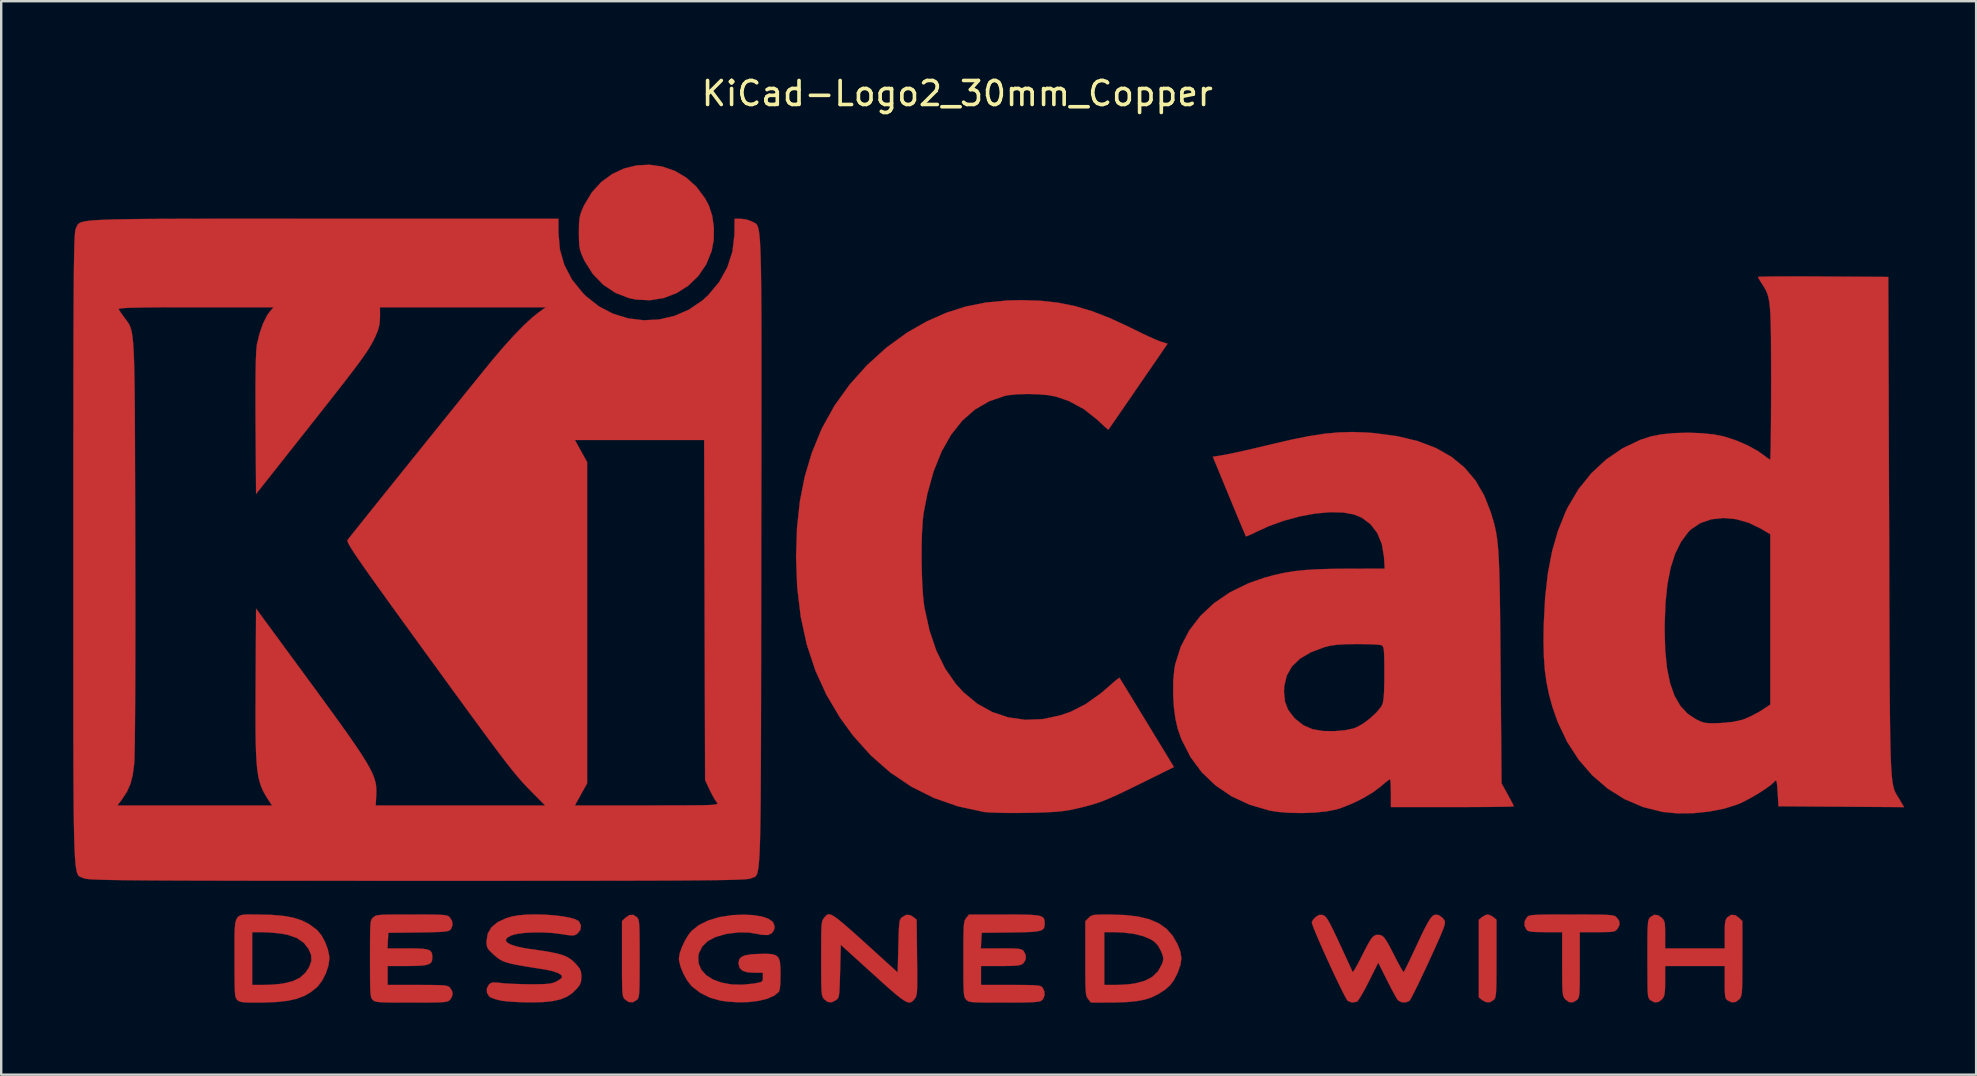
<source format=kicad_pcb>
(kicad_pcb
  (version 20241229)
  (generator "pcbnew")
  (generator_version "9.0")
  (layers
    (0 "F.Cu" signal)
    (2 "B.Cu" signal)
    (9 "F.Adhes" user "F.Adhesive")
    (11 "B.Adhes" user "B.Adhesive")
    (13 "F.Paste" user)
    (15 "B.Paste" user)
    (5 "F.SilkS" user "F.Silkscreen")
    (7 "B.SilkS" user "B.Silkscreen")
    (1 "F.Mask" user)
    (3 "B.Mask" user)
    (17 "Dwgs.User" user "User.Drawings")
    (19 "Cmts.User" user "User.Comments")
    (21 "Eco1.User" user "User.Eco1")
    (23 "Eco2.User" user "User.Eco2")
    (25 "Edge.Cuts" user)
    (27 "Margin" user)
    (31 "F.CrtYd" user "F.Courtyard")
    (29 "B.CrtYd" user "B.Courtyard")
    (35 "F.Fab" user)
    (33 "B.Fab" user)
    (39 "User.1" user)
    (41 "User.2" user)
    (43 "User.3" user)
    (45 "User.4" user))
  (footprint "KiCad-Logo2_30mm_Copper"
    (layer "F.Cu")
    (at 38.106 18.628)
    (property "Reference" "KiCad-Logo2_30mm_Copper" (at -1.27 -17.78 0) (layer "F.SilkS") (effects (font (size 1 1) (thickness 0.15))))
    (attr exclude_from_pos_files exclude_from_bom allow_missing_courtyard)
    (fp_poly (pts (xy 20.943 16.459) (xy 21.062 16.533) (xy 21.195 16.641) (xy 21.195 18.249) (xy 21.194 18.719) (xy 21.193 19.09) (xy 21.189 19.374) (xy 21.182 19.584) (xy 21.171 19.734) (xy 21.155 19.836) (xy 21.134 19.905) (xy 21.107 19.952) (xy 21.087 19.975) (xy 20.93 20.078) (xy 20.751 20.074) (xy 20.594 19.986) (xy 20.461 19.878) (xy 20.461 16.641) (xy 20.594 16.533) (xy 20.723 16.455) (xy 20.828 16.425) (xy 20.943 16.459)) (stroke (width 0.01) (type solid)) (fill yes) (layer "F.Cu"))
    (fp_poly (pts (xy -14.619 16.538) (xy -14.586 16.576) (xy -14.56 16.625) (xy -14.541 16.698) (xy -14.527 16.808) (xy -14.517 16.968) (xy -14.511 17.192) (xy -14.508 17.492) (xy -14.506 17.881) (xy -14.506 18.26) (xy -14.507 18.729) (xy -14.508 19.098) (xy -14.512 19.381) (xy -14.519 19.59) (xy -14.529 19.739) (xy -14.544 19.84) (xy -14.565 19.907) (xy -14.593 19.952) (xy -14.619 19.981) (xy -14.784 20.08) (xy -14.96 20.071) (xy -15.117 19.964) (xy -15.153 19.922) (xy -15.182 19.873) (xy -15.203 19.804) (xy -15.218 19.702) (xy -15.229 19.553) (xy -15.235 19.343) (xy -15.239 19.059) (xy -15.24 18.688) (xy -15.24 18.268) (xy -15.24 16.702) (xy -15.101 16.564) (xy -14.931 16.447) (xy -14.765 16.443) (xy -14.619 16.538)) (stroke (width 0.01) (type solid)) (fill yes) (layer "F.Cu"))
    (fp_poly (pts (xy -13.557 -14.738) (xy -13.044 -14.56) (xy -12.567 -14.28) (xy -12.141 -13.898) (xy -11.781 -13.415) (xy -11.619 -13.11) (xy -11.48 -12.683) (xy -11.412 -12.191) (xy -11.419 -11.684) (xy -11.503 -11.226) (xy -11.73 -10.665) (xy -12.061 -10.179) (xy -12.477 -9.777) (xy -12.961 -9.468) (xy -13.499 -9.262) (xy -14.071 -9.168) (xy -14.662 -9.197) (xy -14.953 -9.259) (xy -15.521 -9.48) (xy -16.025 -9.817) (xy -16.454 -10.26) (xy -16.795 -10.798) (xy -16.823 -10.856) (xy -16.923 -11.077) (xy -16.986 -11.263) (xy -17.02 -11.459) (xy -17.033 -11.71) (xy -17.036 -11.983) (xy -17.032 -12.311) (xy -17.015 -12.549) (xy -16.976 -12.741) (xy -16.906 -12.933) (xy -16.82 -13.122) (xy -16.498 -13.66) (xy -16.103 -14.095) (xy -15.648 -14.428) (xy -15.151 -14.659) (xy -14.626 -14.787) (xy -14.09 -14.814) (xy -13.557 -14.738)) (stroke (width 0.01) (type solid)) (fill yes) (layer "F.Cu"))
    (fp_poly (pts (xy 24.815 16.426) (xy 25.209 16.428) (xy 25.514 16.432) (xy 25.744 16.438) (xy 25.911 16.448) (xy 26.026 16.463) (xy 26.103 16.481) (xy 26.154 16.506) (xy 26.179 16.524) (xy 26.307 16.687) (xy 26.323 16.856) (xy 26.244 17.009) (xy 26.192 17.07) (xy 26.136 17.112) (xy 26.055 17.138) (xy 25.928 17.152) (xy 25.734 17.158) (xy 25.451 17.159) (xy 25.396 17.159) (xy 24.666 17.159) (xy 24.666 18.514) (xy 24.666 18.941) (xy 24.664 19.269) (xy 24.659 19.514) (xy 24.65 19.689) (xy 24.636 19.809) (xy 24.616 19.888) (xy 24.588 19.941) (xy 24.553 19.981) (xy 24.389 20.081) (xy 24.217 20.073) (xy 24.061 19.96) (xy 24.049 19.945) (xy 24.012 19.892) (xy 23.984 19.83) (xy 23.963 19.744) (xy 23.949 19.619) (xy 23.94 19.439) (xy 23.935 19.19) (xy 23.933 18.857) (xy 23.932 18.478) (xy 23.932 17.159) (xy 23.236 17.159) (xy 22.937 17.157) (xy 22.73 17.149) (xy 22.594 17.133) (xy 22.508 17.105) (xy 22.452 17.063) (xy 22.445 17.056) (xy 22.364 16.89) (xy 22.371 16.702) (xy 22.465 16.538) (xy 22.501 16.506) (xy 22.548 16.481) (xy 22.618 16.462) (xy 22.723 16.448) (xy 22.877 16.438) (xy 23.091 16.431) (xy 23.378 16.427) (xy 23.751 16.426) (xy 24.221 16.425) (xy 24.321 16.425) (xy 24.815 16.426)) (stroke (width 0.01) (type solid)) (fill yes) (layer "F.Cu"))
    (fp_poly (pts (xy 31.144 16.453) (xy 31.301 16.564) (xy 31.44 16.702) (xy 31.44 18.25) (xy 31.439 18.709) (xy 31.437 19.069) (xy 31.433 19.344) (xy 31.426 19.547) (xy 31.415 19.692) (xy 31.398 19.792) (xy 31.376 19.862) (xy 31.346 19.914) (xy 31.323 19.945) (xy 31.169 20.068) (xy 30.992 20.082) (xy 30.831 20.006) (xy 30.778 19.962) (xy 30.742 19.903) (xy 30.721 19.808) (xy 30.71 19.655) (xy 30.706 19.423) (xy 30.706 19.244) (xy 30.706 18.57) (xy 28.222 18.57) (xy 28.222 19.183) (xy 28.22 19.464) (xy 28.209 19.657) (xy 28.188 19.787) (xy 28.15 19.879) (xy 28.105 19.945) (xy 27.951 20.068) (xy 27.776 20.083) (xy 27.609 19.995) (xy 27.563 19.95) (xy 27.531 19.889) (xy 27.509 19.795) (xy 27.497 19.648) (xy 27.49 19.43) (xy 27.487 19.121) (xy 27.487 19.05) (xy 27.484 18.468) (xy 27.483 17.989) (xy 27.484 17.601) (xy 27.486 17.294) (xy 27.491 17.058) (xy 27.5 16.883) (xy 27.511 16.756) (xy 27.527 16.669) (xy 27.548 16.61) (xy 27.573 16.569) (xy 27.601 16.538) (xy 27.761 16.439) (xy 27.927 16.453) (xy 28.084 16.564) (xy 28.147 16.636) (xy 28.188 16.715) (xy 28.21 16.828) (xy 28.22 17) (xy 28.222 17.259) (xy 28.222 17.269) (xy 28.222 17.836) (xy 30.706 17.836) (xy 30.706 17.244) (xy 30.708 16.971) (xy 30.718 16.786) (xy 30.74 16.667) (xy 30.777 16.587) (xy 30.819 16.538) (xy 30.978 16.439) (xy 31.144 16.453)) (stroke (width 0.01) (type solid)) (fill yes) (layer "F.Cu"))
    (fp_poly (pts (xy 5.092 16.426) (xy 5.736 16.448) (xy 6.285 16.514) (xy 6.746 16.629) (xy 7.129 16.795) (xy 7.443 17.018) (xy 7.696 17.301) (xy 7.898 17.648) (xy 7.902 17.657) (xy 8.023 17.967) (xy 8.066 18.243) (xy 8.031 18.519) (xy 7.918 18.835) (xy 7.897 18.883) (xy 7.751 19.165) (xy 7.587 19.382) (xy 7.375 19.567) (xy 7.086 19.751) (xy 7.069 19.76) (xy 6.818 19.881) (xy 6.533 19.971) (xy 6.198 20.034) (xy 5.793 20.073) (xy 5.3 20.09) (xy 5.126 20.091) (xy 4.298 20.094) (xy 4.181 19.945) (xy 4.146 19.897) (xy 4.119 19.839) (xy 4.099 19.76) (xy 4.084 19.646) (xy 4.074 19.482) (xy 4.071 19.36) (xy 4.854 19.36) (xy 5.324 19.36) (xy 5.598 19.352) (xy 5.88 19.331) (xy 6.112 19.301) (xy 6.126 19.299) (xy 6.537 19.189) (xy 6.856 19.023) (xy 7.092 18.794) (xy 7.257 18.495) (xy 7.286 18.415) (xy 7.314 18.292) (xy 7.301 18.17) (xy 7.242 18.007) (xy 7.207 17.927) (xy 7.09 17.715) (xy 6.949 17.566) (xy 6.795 17.463) (xy 6.485 17.328) (xy 6.088 17.23) (xy 5.626 17.174) (xy 5.292 17.161) (xy 4.854 17.159) (xy 4.854 19.36) (xy 4.071 19.36) (xy 4.068 19.255) (xy 4.065 18.952) (xy 4.064 18.558) (xy 4.064 18.25) (xy 4.064 16.702) (xy 4.203 16.564) (xy 4.264 16.508) (xy 4.331 16.469) (xy 4.423 16.445) (xy 4.564 16.432) (xy 4.774 16.427) (xy 5.074 16.426) (xy 5.092 16.426)) (stroke (width 0.01) (type solid)) (fill yes) (layer "F.Cu"))
    (fp_poly (pts (xy -30.607 16.425) (xy -30.409 16.427) (xy -29.831 16.441) (xy -29.347 16.483) (xy -28.94 16.556) (xy -28.594 16.666) (xy -28.292 16.817) (xy -28.019 17.013) (xy -27.921 17.098) (xy -27.759 17.297) (xy -27.613 17.567) (xy -27.5 17.867) (xy -27.438 18.154) (xy -27.432 18.26) (xy -27.472 18.554) (xy -27.579 18.875) (xy -27.735 19.179) (xy -27.919 19.422) (xy -27.949 19.451) (xy -28.203 19.657) (xy -28.481 19.817) (xy -28.798 19.937) (xy -29.172 20.02) (xy -29.619 20.07) (xy -30.153 20.092) (xy -30.398 20.094) (xy -30.709 20.093) (xy -30.928 20.086) (xy -31.075 20.073) (xy -31.17 20.049) (xy -31.235 20.013) (xy -31.27 19.981) (xy -31.303 19.943) (xy -31.329 19.895) (xy -31.349 19.822) (xy -31.363 19.712) (xy -31.372 19.551) (xy -31.378 19.328) (xy -31.382 19.028) (xy -31.383 18.638) (xy -31.383 18.26) (xy -31.384 17.755) (xy -31.384 17.352) (xy -31.379 17.159) (xy -30.649 17.159) (xy -30.649 19.36) (xy -30.184 19.36) (xy -29.903 19.352) (xy -29.61 19.331) (xy -29.365 19.302) (xy -29.358 19.301) (xy -28.962 19.205) (xy -28.655 19.056) (xy -28.422 18.844) (xy -28.273 18.615) (xy -28.182 18.36) (xy -28.189 18.121) (xy -28.295 17.865) (xy -28.502 17.599) (xy -28.79 17.403) (xy -29.164 17.272) (xy -29.414 17.225) (xy -29.697 17.193) (xy -29.998 17.169) (xy -30.253 17.159) (xy -30.268 17.159) (xy -30.649 17.159) (xy -31.379 17.159) (xy -31.376 17.039) (xy -31.355 16.805) (xy -31.314 16.639) (xy -31.248 16.529) (xy -31.15 16.464) (xy -31.014 16.432) (xy -30.835 16.423) (xy -30.607 16.425)) (stroke (width 0.01) (type solid)) (fill yes) (layer "F.Cu"))
    (fp_poly (pts (xy -6.501 16.447) (xy -6.383 16.516) (xy -6.229 16.629) (xy -6.03 16.792) (xy -5.78 17.009) (xy -5.469 17.285) (xy -5.09 17.627) (xy -4.657 18.02) (xy -3.754 18.839) (xy -3.725 17.74) (xy -3.715 17.362) (xy -3.705 17.08) (xy -3.694 16.879) (xy -3.678 16.741) (xy -3.656 16.652) (xy -3.626 16.594) (xy -3.585 16.551) (xy -3.564 16.533) (xy -3.391 16.438) (xy -3.227 16.452) (xy -3.097 16.533) (xy -2.963 16.641) (xy -2.947 18.216) (xy -2.942 18.679) (xy -2.94 19.043) (xy -2.941 19.321) (xy -2.945 19.527) (xy -2.954 19.674) (xy -2.969 19.776) (xy -2.99 19.847) (xy -3.018 19.9) (xy -3.05 19.942) (xy -3.117 20.021) (xy -3.184 20.073) (xy -3.261 20.093) (xy -3.355 20.075) (xy -3.477 20.014) (xy -3.636 19.904) (xy -3.842 19.74) (xy -4.103 19.515) (xy -4.429 19.224) (xy -4.798 18.89) (xy -6.124 17.687) (xy -6.152 18.783) (xy -6.163 19.161) (xy -6.173 19.442) (xy -6.184 19.643) (xy -6.2 19.779) (xy -6.222 19.869) (xy -6.252 19.926) (xy -6.293 19.969) (xy -6.314 19.986) (xy -6.499 20.082) (xy -6.674 20.067) (xy -6.826 19.945) (xy -6.86 19.896) (xy -6.888 19.839) (xy -6.908 19.76) (xy -6.923 19.645) (xy -6.932 19.48) (xy -6.938 19.253) (xy -6.941 18.948) (xy -6.943 18.552) (xy -6.943 18.26) (xy -6.942 17.802) (xy -6.941 17.443) (xy -6.937 17.17) (xy -6.929 16.969) (xy -6.918 16.825) (xy -6.901 16.725) (xy -6.878 16.656) (xy -6.848 16.604) (xy -6.826 16.574) (xy -6.769 16.503) (xy -6.717 16.45) (xy -6.659 16.419) (xy -6.59 16.417) (xy -6.501 16.447)) (stroke (width 0.01) (type solid)) (fill yes) (layer "F.Cu"))
    (fp_poly (pts (xy -9.75 16.453) (xy -9.408 16.51) (xy -9.145 16.6) (xy -8.974 16.717) (xy -8.927 16.785) (xy -8.879 16.941) (xy -8.911 17.082) (xy -9.012 17.216) (xy -9.169 17.279) (xy -9.396 17.273) (xy -9.572 17.24) (xy -9.962 17.175) (xy -10.361 17.169) (xy -10.808 17.221) (xy -10.931 17.243) (xy -11.346 17.361) (xy -11.671 17.535) (xy -11.902 17.763) (xy -12.036 18.042) (xy -12.063 18.187) (xy -12.045 18.48) (xy -11.929 18.739) (xy -11.724 18.96) (xy -11.442 19.136) (xy -11.094 19.264) (xy -10.689 19.338) (xy -10.239 19.352) (xy -9.755 19.303) (xy -9.727 19.298) (xy -9.534 19.262) (xy -9.427 19.228) (xy -9.381 19.176) (xy -9.37 19.09) (xy -9.37 19.044) (xy -9.37 18.852) (xy -9.712 18.852) (xy -10.014 18.832) (xy -10.221 18.766) (xy -10.341 18.649) (xy -10.384 18.475) (xy -10.385 18.452) (xy -10.359 18.303) (xy -10.272 18.197) (xy -10.11 18.127) (xy -9.859 18.086) (xy -9.616 18.071) (xy -9.262 18.062) (xy -9.006 18.075) (xy -8.831 18.124) (xy -8.722 18.222) (xy -8.664 18.382) (xy -8.64 18.619) (xy -8.636 18.93) (xy -8.643 19.278) (xy -8.664 19.514) (xy -8.7 19.64) (xy -8.707 19.65) (xy -8.901 19.808) (xy -9.186 19.932) (xy -9.544 20.022) (xy -9.957 20.073) (xy -10.406 20.083) (xy -10.873 20.05) (xy -11.148 20.01) (xy -11.579 19.888) (xy -11.979 19.688) (xy -12.315 19.429) (xy -12.366 19.378) (xy -12.532 19.16) (xy -12.681 18.891) (xy -12.797 18.608) (xy -12.861 18.351) (xy -12.869 18.253) (xy -12.836 18.047) (xy -12.748 17.791) (xy -12.621 17.522) (xy -12.474 17.276) (xy -12.344 17.112) (xy -12.039 16.867) (xy -11.645 16.673) (xy -11.176 16.532) (xy -10.646 16.451) (xy -10.16 16.431) (xy -9.75 16.453)) (stroke (width 0.01) (type solid)) (fill yes) (layer "F.Cu"))
    (fp_poly (pts (xy 1.152 16.426) (xy 1.534 16.431) (xy 1.826 16.442) (xy 2.041 16.461) (xy 2.191 16.491) (xy 2.287 16.535) (xy 2.341 16.596) (xy 2.365 16.675) (xy 2.371 16.775) (xy 2.371 16.787) (xy 2.366 16.9) (xy 2.342 16.988) (xy 2.287 17.053) (xy 2.187 17.1) (xy 2.029 17.131) (xy 1.801 17.151) (xy 1.49 17.163) (xy 1.081 17.17) (xy 0.956 17.172) (xy -0.254 17.187) (xy -0.271 17.512) (xy -0.288 17.836) (xy 0.553 17.836) (xy 0.881 17.838) (xy 1.116 17.843) (xy 1.275 17.854) (xy 1.379 17.874) (xy 1.445 17.904) (xy 1.494 17.947) (xy 1.494 17.947) (xy 1.582 18.116) (xy 1.579 18.297) (xy 1.487 18.452) (xy 1.468 18.468) (xy 1.404 18.509) (xy 1.315 18.538) (xy 1.183 18.556) (xy 0.987 18.566) (xy 0.708 18.57) (xy 0.53 18.57) (xy -0.282 18.57) (xy -0.282 19.36) (xy 0.951 19.36) (xy 1.358 19.361) (xy 1.667 19.364) (xy 1.893 19.37) (xy 2.051 19.381) (xy 2.156 19.398) (xy 2.223 19.421) (xy 2.266 19.452) (xy 2.277 19.464) (xy 2.358 19.621) (xy 2.364 19.801) (xy 2.298 19.956) (xy 2.245 20.006) (xy 2.191 20.034) (xy 2.106 20.055) (xy 1.978 20.071) (xy 1.794 20.082) (xy 1.539 20.089) (xy 1.2 20.093) (xy 0.765 20.094) (xy 0.667 20.094) (xy 0.225 20.094) (xy -0.119 20.092) (xy -0.377 20.088) (xy -0.564 20.081) (xy -0.694 20.069) (xy -0.78 20.051) (xy -0.837 20.026) (xy -0.878 19.994) (xy -0.901 19.971) (xy -0.935 19.929) (xy -0.961 19.878) (xy -0.981 19.804) (xy -0.996 19.693) (xy -1.006 19.532) (xy -1.012 19.307) (xy -1.015 19.006) (xy -1.016 18.615) (xy -1.016 18.285) (xy -1.016 17.823) (xy -1.014 17.461) (xy -1.01 17.184) (xy -1.003 16.979) (xy -0.992 16.832) (xy -0.975 16.731) (xy -0.953 16.66) (xy -0.924 16.607) (xy -0.899 16.574) (xy -0.782 16.425) (xy 0.669 16.425) (xy 1.152 16.426)) (stroke (width 0.01) (type solid)) (fill yes) (layer "F.Cu"))
    (fp_poly (pts (xy -23.564 16.426) (xy -23.217 16.428) (xy -22.955 16.432) (xy -22.764 16.44) (xy -22.631 16.452) (xy -22.541 16.47) (xy -22.48 16.494) (xy -22.435 16.526) (xy -22.419 16.54) (xy -22.32 16.696) (xy -22.302 16.874) (xy -22.367 17.033) (xy -22.398 17.065) (xy -22.446 17.096) (xy -22.525 17.12) (xy -22.647 17.138) (xy -22.828 17.151) (xy -23.083 17.16) (xy -23.425 17.168) (xy -23.738 17.172) (xy -24.977 17.187) (xy -24.994 17.512) (xy -25.011 17.836) (xy -24.17 17.836) (xy -23.805 17.84) (xy -23.538 17.853) (xy -23.353 17.882) (xy -23.236 17.932) (xy -23.172 18.008) (xy -23.146 18.117) (xy -23.142 18.219) (xy -23.155 18.343) (xy -23.201 18.435) (xy -23.297 18.498) (xy -23.456 18.539) (xy -23.692 18.561) (xy -24.02 18.569) (xy -24.199 18.57) (xy -25.005 18.57) (xy -25.005 19.36) (xy -23.763 19.36) (xy -23.356 19.361) (xy -23.047 19.364) (xy -22.82 19.369) (xy -22.66 19.38) (xy -22.553 19.396) (xy -22.482 19.419) (xy -22.433 19.45) (xy -22.408 19.473) (xy -22.323 19.608) (xy -22.296 19.727) (xy -22.335 19.873) (xy -22.408 19.981) (xy -22.448 20.015) (xy -22.498 20.042) (xy -22.574 20.061) (xy -22.689 20.076) (xy -22.856 20.085) (xy -23.088 20.09) (xy -23.401 20.093) (xy -23.807 20.094) (xy -24.017 20.094) (xy -24.468 20.094) (xy -24.82 20.092) (xy -25.086 20.088) (xy -25.28 20.08) (xy -25.415 20.068) (xy -25.506 20.051) (xy -25.566 20.028) (xy -25.609 19.997) (xy -25.626 19.981) (xy -25.659 19.943) (xy -25.685 19.894) (xy -25.704 19.821) (xy -25.718 19.711) (xy -25.728 19.55) (xy -25.734 19.326) (xy -25.737 19.024) (xy -25.738 18.634) (xy -25.739 18.27) (xy -25.738 17.804) (xy -25.737 17.437) (xy -25.734 17.157) (xy -25.728 16.951) (xy -25.718 16.804) (xy -25.703 16.705) (xy -25.681 16.639) (xy -25.653 16.594) (xy -25.617 16.556) (xy -25.608 16.548) (xy -25.565 16.511) (xy -25.514 16.482) (xy -25.443 16.461) (xy -25.337 16.445) (xy -25.182 16.435) (xy -24.964 16.429) (xy -24.669 16.426) (xy -24.284 16.425) (xy -24.01 16.425) (xy -23.564 16.426)) (stroke (width 0.01) (type solid)) (fill yes) (layer "F.Cu"))
    (fp_poly (pts (xy 18.723 16.435) (xy 18.821 16.47) (xy 18.825 16.472) (xy 18.958 16.573) (xy 19.031 16.678) (xy 19.046 16.727) (xy 19.045 16.792) (xy 19.025 16.884) (xy 18.981 17.016) (xy 18.908 17.199) (xy 18.803 17.443) (xy 18.661 17.762) (xy 18.477 18.165) (xy 18.376 18.386) (xy 18.193 18.78) (xy 18.022 19.142) (xy 17.868 19.459) (xy 17.738 19.719) (xy 17.64 19.906) (xy 17.578 20.009) (xy 17.566 20.024) (xy 17.411 20.087) (xy 17.236 20.078) (xy 17.095 20.002) (xy 17.089 19.995) (xy 17.033 19.911) (xy 16.94 19.746) (xy 16.819 19.522) (xy 16.684 19.26) (xy 16.636 19.164) (xy 16.27 18.431) (xy 15.871 19.227) (xy 15.729 19.502) (xy 15.597 19.741) (xy 15.486 19.924) (xy 15.407 20.035) (xy 15.38 20.059) (xy 15.171 20.091) (xy 14.999 20.024) (xy 14.949 19.952) (xy 14.861 19.793) (xy 14.744 19.563) (xy 14.604 19.276) (xy 14.448 18.949) (xy 14.284 18.598) (xy 14.119 18.236) (xy 13.959 17.882) (xy 13.813 17.549) (xy 13.687 17.254) (xy 13.588 17.012) (xy 13.524 16.84) (xy 13.501 16.751) (xy 13.501 16.748) (xy 13.557 16.637) (xy 13.667 16.524) (xy 13.674 16.519) (xy 13.809 16.442) (xy 13.935 16.443) (xy 13.982 16.457) (xy 14.039 16.489) (xy 14.1 16.55) (xy 14.172 16.655) (xy 14.262 16.815) (xy 14.377 17.043) (xy 14.525 17.353) (xy 14.659 17.639) (xy 14.812 17.971) (xy 14.95 18.269) (xy 15.065 18.519) (xy 15.149 18.703) (xy 15.196 18.808) (xy 15.203 18.824) (xy 15.233 18.797) (xy 15.304 18.686) (xy 15.405 18.505) (xy 15.528 18.271) (xy 15.576 18.175) (xy 15.741 17.85) (xy 15.868 17.613) (xy 15.968 17.451) (xy 16.051 17.35) (xy 16.128 17.295) (xy 16.208 17.274) (xy 16.261 17.272) (xy 16.353 17.28) (xy 16.435 17.314) (xy 16.515 17.388) (xy 16.606 17.515) (xy 16.719 17.71) (xy 16.863 17.987) (xy 16.943 18.145) (xy 17.073 18.395) (xy 17.186 18.604) (xy 17.272 18.751) (xy 17.322 18.821) (xy 17.329 18.824) (xy 17.361 18.769) (xy 17.434 18.626) (xy 17.539 18.411) (xy 17.669 18.138) (xy 17.818 17.822) (xy 17.891 17.665) (xy 18.081 17.26) (xy 18.235 16.949) (xy 18.359 16.72) (xy 18.462 16.565) (xy 18.551 16.472) (xy 18.636 16.433) (xy 18.723 16.435)) (stroke (width 0.01) (type solid)) (fill yes) (layer "F.Cu"))
    (fp_poly (pts (xy -18.459 16.432) (xy -18.084 16.458) (xy -17.737 16.499) (xy -17.435 16.553) (xy -17.2 16.618) (xy -17.052 16.694) (xy -17.029 16.716) (xy -16.95 16.889) (xy -16.974 17.067) (xy -17.097 17.219) (xy -17.103 17.223) (xy -17.175 17.27) (xy -17.25 17.294) (xy -17.355 17.297) (xy -17.516 17.279) (xy -17.76 17.241) (xy -17.78 17.238) (xy -18.144 17.193) (xy -18.536 17.171) (xy -18.93 17.171) (xy -19.297 17.191) (xy -19.61 17.232) (xy -19.842 17.293) (xy -19.857 17.299) (xy -20.025 17.393) (xy -20.084 17.488) (xy -20.038 17.582) (xy -19.89 17.672) (xy -19.645 17.754) (xy -19.305 17.827) (xy -19.078 17.862) (xy -18.607 17.929) (xy -18.233 17.991) (xy -17.939 18.052) (xy -17.709 18.118) (xy -17.528 18.195) (xy -17.379 18.286) (xy -17.247 18.399) (xy -17.141 18.51) (xy -17.015 18.664) (xy -16.953 18.797) (xy -16.934 18.96) (xy -16.933 19.02) (xy -16.948 19.219) (xy -17.006 19.366) (xy -17.107 19.497) (xy -17.311 19.698) (xy -17.539 19.851) (xy -17.808 19.961) (xy -18.133 20.034) (xy -18.534 20.074) (xy -19.025 20.086) (xy -19.106 20.086) (xy -19.434 20.079) (xy -19.759 20.064) (xy -20.046 20.042) (xy -20.26 20.016) (xy -20.277 20.013) (xy -20.489 19.962) (xy -20.669 19.899) (xy -20.771 19.841) (xy -20.866 19.688) (xy -20.872 19.51) (xy -20.79 19.351) (xy -20.772 19.333) (xy -20.697 19.279) (xy -20.602 19.256) (xy -20.456 19.26) (xy -20.278 19.281) (xy -20.08 19.299) (xy -19.802 19.314) (xy -19.477 19.325) (xy -19.139 19.331) (xy -19.05 19.331) (xy -18.711 19.33) (xy -18.462 19.323) (xy -18.283 19.309) (xy -18.151 19.285) (xy -18.045 19.249) (xy -17.981 19.219) (xy -17.84 19.136) (xy -17.75 19.061) (xy -17.737 19.039) (xy -17.765 18.951) (xy -17.896 18.866) (xy -18.122 18.787) (xy -18.434 18.719) (xy -18.526 18.704) (xy -19.005 18.629) (xy -19.388 18.566) (xy -19.689 18.511) (xy -19.922 18.459) (xy -20.103 18.405) (xy -20.246 18.346) (xy -20.366 18.276) (xy -20.478 18.191) (xy -20.597 18.087) (xy -20.637 18.05) (xy -20.777 17.913) (xy -20.851 17.805) (xy -20.88 17.681) (xy -20.884 17.525) (xy -20.833 17.219) (xy -20.679 16.958) (xy -20.423 16.745) (xy -20.066 16.579) (xy -19.812 16.505) (xy -19.535 16.457) (xy -19.204 16.43) (xy -18.839 16.422) (xy -18.459 16.432)) (stroke (width 0.01) (type solid)) (fill yes) (layer "F.Cu"))
    (fp_poly (pts (xy 2.188 -9.148) (xy 2.924 -9.067) (xy 3.638 -8.923) (xy 4.357 -8.708) (xy 5.111 -8.414) (xy 5.93 -8.033) (xy 6.078 -7.959) (xy 6.416 -7.793) (xy 6.735 -7.643) (xy 7.003 -7.524) (xy 7.189 -7.45) (xy 7.218 -7.44) (xy 7.492 -7.358) (xy 6.265 -5.574) (xy 5.966 -5.138) (xy 5.691 -4.739) (xy 5.452 -4.392) (xy 5.257 -4.11) (xy 5.116 -3.905) (xy 5.038 -3.793) (xy 5.026 -3.775) (xy 4.974 -3.812) (xy 4.847 -3.924) (xy 4.668 -4.091) (xy 4.569 -4.185) (xy 4.007 -4.631) (xy 3.377 -4.97) (xy 2.834 -5.156) (xy 2.508 -5.215) (xy 2.099 -5.25) (xy 1.657 -5.262) (xy 1.228 -5.25) (xy 0.861 -5.213) (xy 0.715 -5.185) (xy 0.055 -4.958) (xy -0.539 -4.612) (xy -1.068 -4.146) (xy -1.53 -3.563) (xy -1.927 -2.861) (xy -2.256 -2.043) (xy -2.517 -1.108) (xy -2.673 -0.307) (xy -2.713 0.046) (xy -2.741 0.503) (xy -2.756 1.029) (xy -2.759 1.594) (xy -2.749 2.163) (xy -2.728 2.703) (xy -2.695 3.184) (xy -2.65 3.57) (xy -2.641 3.629) (xy -2.429 4.59) (xy -2.141 5.439) (xy -1.775 6.183) (xy -1.328 6.823) (xy -1.011 7.169) (xy -0.441 7.64) (xy 0.184 7.988) (xy 0.853 8.213) (xy 1.557 8.312) (xy 2.284 8.285) (xy 3.023 8.128) (xy 3.461 7.974) (xy 4.066 7.666) (xy 4.69 7.225) (xy 5.04 6.926) (xy 5.236 6.753) (xy 5.39 6.626) (xy 5.478 6.565) (xy 5.489 6.563) (xy 5.528 6.626) (xy 5.629 6.791) (xy 5.784 7.044) (xy 5.985 7.372) (xy 6.221 7.76) (xy 6.485 8.193) (xy 6.633 8.435) (xy 7.756 10.281) (xy 6.353 10.974) (xy 5.846 11.223) (xy 5.435 11.419) (xy 5.095 11.573) (xy 4.802 11.693) (xy 4.529 11.79) (xy 4.252 11.873) (xy 3.946 11.953) (xy 3.653 12.022) (xy 3.392 12.076) (xy 3.12 12.117) (xy 2.808 12.147) (xy 2.429 12.168) (xy 1.957 12.183) (xy 1.639 12.189) (xy 1.185 12.194) (xy 0.749 12.192) (xy 0.361 12.183) (xy 0.049 12.17) (xy -0.157 12.152) (xy -0.169 12.15) (xy -1.242 11.918) (xy -2.249 11.566) (xy -3.19 11.095) (xy -4.066 10.504) (xy -4.875 9.794) (xy -5.617 8.965) (xy -6.154 8.228) (xy -6.726 7.263) (xy -7.189 6.245) (xy -7.544 5.164) (xy -7.794 4.013) (xy -7.941 2.783) (xy -7.987 1.534) (xy -7.949 0.327) (xy -7.83 -0.788) (xy -7.625 -1.828) (xy -7.33 -2.812) (xy -6.943 -3.759) (xy -6.897 -3.857) (xy -6.387 -4.774) (xy -5.761 -5.647) (xy -5.037 -6.457) (xy -4.232 -7.187) (xy -3.364 -7.818) (xy -2.555 -8.281) (xy -1.738 -8.643) (xy -0.919 -8.906) (xy -0.066 -9.076) (xy 0.851 -9.16) (xy 1.4 -9.173) (xy 2.188 -9.148)) (stroke (width 0.01) (type solid)) (fill yes) (layer "F.Cu"))
    (fp_poly (pts (xy 34.027 -10.161) (xy 34.608 -10.159) (xy 34.806 -10.157) (xy 37.52 -10.14) (xy 37.554 0.273) (xy 37.558 1.685) (xy 37.562 2.967) (xy 37.566 4.126) (xy 37.57 5.168) (xy 37.574 6.1) (xy 37.578 6.929) (xy 37.584 7.661) (xy 37.59 8.303) (xy 37.598 8.861) (xy 37.607 9.342) (xy 37.618 9.753) (xy 37.631 10.101) (xy 37.646 10.392) (xy 37.664 10.632) (xy 37.685 10.828) (xy 37.709 10.988) (xy 37.736 11.117) (xy 37.766 11.222) (xy 37.801 11.31) (xy 37.84 11.388) (xy 37.883 11.462) (xy 37.931 11.538) (xy 37.983 11.624) (xy 37.994 11.642) (xy 38.175 11.951) (xy 35.56 11.933) (xy 32.945 11.915) (xy 32.911 11.34) (xy 32.892 11.065) (xy 32.873 10.905) (xy 32.847 10.842) (xy 32.807 10.855) (xy 32.774 10.891) (xy 32.63 11.024) (xy 32.396 11.195) (xy 32.105 11.383) (xy 31.788 11.568) (xy 31.481 11.73) (xy 31.244 11.836) (xy 30.691 12.011) (xy 30.056 12.136) (xy 29.386 12.204) (xy 28.728 12.211) (xy 28.129 12.154) (xy 28.12 12.152) (xy 27.301 11.947) (xy 26.534 11.619) (xy 25.827 11.177) (xy 25.187 10.627) (xy 24.622 9.976) (xy 24.139 9.231) (xy 23.745 8.4) (xy 23.53 7.784) (xy 23.388 7.269) (xy 23.284 6.77) (xy 23.212 6.257) (xy 23.171 5.699) (xy 23.156 5.068) (xy 23.162 4.552) (xy 28.201 4.552) (xy 28.225 5.417) (xy 28.3 6.161) (xy 28.429 6.791) (xy 28.614 7.314) (xy 28.857 7.735) (xy 29.161 8.062) (xy 29.511 8.293) (xy 29.694 8.38) (xy 29.852 8.432) (xy 30.029 8.455) (xy 30.266 8.457) (xy 30.521 8.448) (xy 31.023 8.404) (xy 31.42 8.317) (xy 31.545 8.274) (xy 31.83 8.145) (xy 32.131 7.984) (xy 32.262 7.903) (xy 32.603 7.68) (xy 32.603 0.582) (xy 32.228 0.357) (xy 31.704 0.102) (xy 31.169 -0.048) (xy 30.642 -0.096) (xy 30.143 -0.041) (xy 29.691 0.115) (xy 29.307 0.372) (xy 29.182 0.495) (xy 28.883 0.898) (xy 28.641 1.386) (xy 28.454 1.968) (xy 28.319 2.651) (xy 28.236 3.444) (xy 28.202 4.355) (xy 28.201 4.552) (xy 23.162 4.552) (xy 23.165 4.337) (xy 23.223 3.213) (xy 23.338 2.199) (xy 23.515 1.281) (xy 23.757 0.443) (xy 24.065 -0.329) (xy 24.175 -0.558) (xy 24.619 -1.304) (xy 25.155 -1.967) (xy 25.771 -2.537) (xy 26.454 -3.002) (xy 27.191 -3.352) (xy 27.634 -3.496) (xy 28.068 -3.581) (xy 28.591 -3.632) (xy 29.158 -3.649) (xy 29.725 -3.63) (xy 30.25 -3.577) (xy 30.671 -3.494) (xy 31.172 -3.331) (xy 31.658 -3.122) (xy 32.083 -2.887) (xy 32.309 -2.727) (xy 32.465 -2.609) (xy 32.575 -2.537) (xy 32.599 -2.526) (xy 32.607 -2.592) (xy 32.614 -2.782) (xy 32.621 -3.081) (xy 32.627 -3.476) (xy 32.631 -3.955) (xy 32.635 -4.504) (xy 32.637 -5.108) (xy 32.638 -5.725) (xy 32.637 -6.514) (xy 32.635 -7.179) (xy 32.631 -7.733) (xy 32.622 -8.189) (xy 32.609 -8.559) (xy 32.589 -8.857) (xy 32.562 -9.094) (xy 32.526 -9.283) (xy 32.481 -9.438) (xy 32.426 -9.571) (xy 32.358 -9.695) (xy 32.277 -9.822) (xy 32.267 -9.837) (xy 32.163 -10.002) (xy 32.1 -10.115) (xy 32.091 -10.139) (xy 32.157 -10.146) (xy 32.345 -10.152) (xy 32.641 -10.157) (xy 33.029 -10.16) (xy 33.496 -10.161) (xy 34.027 -10.161)) (stroke (width 0.01) (type solid)) (fill yes) (layer "F.Cu"))
    (fp_poly (pts (xy 15.752 -3.659) (xy 16.091 -3.633) (xy 17.059 -3.505) (xy 17.916 -3.299) (xy 18.666 -3.014) (xy 19.315 -2.647) (xy 19.865 -2.195) (xy 20.321 -1.655) (xy 20.687 -1.024) (xy 20.954 -0.341) (xy 21.022 -0.124) (xy 21.081 0.08) (xy 21.132 0.281) (xy 21.176 0.49) (xy 21.213 0.719) (xy 21.244 0.977) (xy 21.27 1.277) (xy 21.291 1.628) (xy 21.308 2.042) (xy 21.322 2.531) (xy 21.334 3.104) (xy 21.343 3.774) (xy 21.352 4.55) (xy 21.36 5.444) (xy 21.366 6.145) (xy 21.406 10.959) (xy 21.662 11.422) (xy 21.783 11.645) (xy 21.873 11.819) (xy 21.916 11.911) (xy 21.918 11.917) (xy 21.852 11.924) (xy 21.665 11.931) (xy 21.37 11.937) (xy 20.985 11.942) (xy 20.522 11.945) (xy 19.997 11.948) (xy 19.425 11.949) (xy 19.357 11.949) (xy 16.797 11.949) (xy 16.797 11.369) (xy 16.792 11.106) (xy 16.781 10.906) (xy 16.764 10.798) (xy 16.757 10.788) (xy 16.689 10.83) (xy 16.549 10.939) (xy 16.368 11.093) (xy 16.364 11.097) (xy 16.033 11.343) (xy 15.615 11.59) (xy 15.158 11.814) (xy 14.708 11.991) (xy 14.509 12.051) (xy 14.115 12.128) (xy 13.631 12.177) (xy 13.102 12.197) (xy 12.572 12.188) (xy 12.085 12.15) (xy 11.744 12.095) (xy 10.909 11.849) (xy 10.157 11.5) (xy 9.493 11.05) (xy 8.922 10.505) (xy 8.449 9.868) (xy 8.079 9.145) (xy 7.92 8.706) (xy 7.82 8.279) (xy 7.753 7.767) (xy 7.723 7.216) (xy 7.724 7.136) (xy 12.342 7.136) (xy 12.38 7.545) (xy 12.507 7.885) (xy 12.743 8.201) (xy 12.834 8.293) (xy 13.155 8.543) (xy 13.527 8.703) (xy 13.973 8.781) (xy 14.442 8.786) (xy 14.887 8.749) (xy 15.228 8.675) (xy 15.376 8.62) (xy 15.642 8.469) (xy 15.925 8.256) (xy 16.183 8.018) (xy 16.375 7.789) (xy 16.426 7.705) (xy 16.466 7.588) (xy 16.494 7.401) (xy 16.513 7.126) (xy 16.522 6.747) (xy 16.524 6.385) (xy 16.522 5.964) (xy 16.517 5.659) (xy 16.506 5.452) (xy 16.487 5.321) (xy 16.458 5.247) (xy 16.417 5.21) (xy 16.404 5.204) (xy 16.294 5.186) (xy 16.077 5.171) (xy 15.781 5.161) (xy 15.438 5.157) (xy 15.363 5.157) (xy 14.903 5.164) (xy 14.549 5.186) (xy 14.266 5.225) (xy 14.034 5.283) (xy 13.456 5.501) (xy 13.002 5.77) (xy 12.67 6.093) (xy 12.455 6.475) (xy 12.352 6.92) (xy 12.342 7.136) (xy 7.724 7.136) (xy 7.729 6.675) (xy 7.776 6.189) (xy 7.812 5.993) (xy 8.042 5.265) (xy 8.392 4.595) (xy 8.855 3.99) (xy 9.424 3.456) (xy 10.094 2.999) (xy 10.857 2.626) (xy 11.505 2.399) (xy 11.939 2.28) (xy 12.353 2.188) (xy 12.776 2.119) (xy 13.233 2.071) (xy 13.752 2.04) (xy 14.36 2.023) (xy 14.91 2.019) (xy 16.539 2.014) (xy 16.508 1.524) (xy 16.419 0.993) (xy 16.231 0.536) (xy 15.95 0.166) (xy 15.586 -0.108) (xy 15.265 -0.241) (xy 14.806 -0.325) (xy 14.258 -0.337) (xy 13.65 -0.282) (xy 13.004 -0.163) (xy 12.348 0.014) (xy 11.708 0.245) (xy 11.242 0.457) (xy 11.018 0.566) (xy 10.847 0.641) (xy 10.76 0.671) (xy 10.756 0.67) (xy 10.726 0.604) (xy 10.651 0.428) (xy 10.538 0.16) (xy 10.394 -0.185) (xy 10.227 -0.588) (xy 10.057 -0.999) (xy 9.377 -2.647) (xy 9.861 -2.726) (xy 10.07 -2.766) (xy 10.385 -2.833) (xy 10.779 -2.921) (xy 11.224 -3.024) (xy 11.694 -3.135) (xy 11.881 -3.181) (xy 12.69 -3.368) (xy 13.398 -3.509) (xy 14.032 -3.606) (xy 14.618 -3.661) (xy 15.183 -3.678) (xy 15.752 -3.659)) (stroke (width 0.01) (type solid)) (fill yes) (layer "F.Cu"))
    (fp_poly (pts (xy -29.619 -12.564) (xy -28.303 -12.563) (xy -27.691 -12.563) (xy -17.889 -12.563) (xy -17.889 -11.986) (xy -17.828 -11.283) (xy -17.641 -10.634) (xy -17.329 -10.036) (xy -16.889 -9.486) (xy -16.74 -9.337) (xy -16.205 -8.915) (xy -15.614 -8.607) (xy -14.986 -8.414) (xy -14.338 -8.334) (xy -13.688 -8.368) (xy -13.053 -8.516) (xy -12.451 -8.777) (xy -11.899 -9.152) (xy -11.651 -9.377) (xy -11.189 -9.932) (xy -10.851 -10.541) (xy -10.638 -11.198) (xy -10.555 -11.897) (xy -10.554 -11.966) (xy -10.549 -12.563) (xy -10.287 -12.563) (xy -10.054 -12.532) (xy -9.841 -12.455) (xy -9.827 -12.447) (xy -9.779 -12.422) (xy -9.735 -12.403) (xy -9.694 -12.383) (xy -9.658 -12.358) (xy -9.624 -12.321) (xy -9.594 -12.267) (xy -9.567 -12.19) (xy -9.543 -12.085) (xy -9.522 -11.946) (xy -9.504 -11.767) (xy -9.488 -11.543) (xy -9.474 -11.267) (xy -9.463 -10.935) (xy -9.453 -10.541) (xy -9.446 -10.078) (xy -9.44 -9.542) (xy -9.435 -8.927) (xy -9.432 -8.226) (xy -9.431 -7.435) (xy -9.43 -6.548) (xy -9.43 -5.558) (xy -9.431 -4.461) (xy -9.432 -3.251) (xy -9.434 -1.922) (xy -9.436 -0.468) (xy -9.439 1.116) (xy -9.439 1.309) (xy -9.441 2.903) (xy -9.443 4.366) (xy -9.444 5.704) (xy -9.446 6.923) (xy -9.448 8.027) (xy -9.45 9.023) (xy -9.453 9.917) (xy -9.457 10.714) (xy -9.461 11.419) (xy -9.467 12.038) (xy -9.474 12.578) (xy -9.483 13.043) (xy -9.493 13.44) (xy -9.505 13.773) (xy -9.52 14.049) (xy -9.536 14.273) (xy -9.555 14.451) (xy -9.577 14.589) (xy -9.601 14.692) (xy -9.628 14.766) (xy -9.659 14.816) (xy -9.692 14.849) (xy -9.73 14.869) (xy -9.771 14.883) (xy -9.815 14.896) (xy -9.864 14.914) (xy -9.876 14.919) (xy -9.914 14.931) (xy -9.976 14.942) (xy -10.07 14.953) (xy -10.2 14.962) (xy -10.371 14.97) (xy -10.59 14.978) (xy -10.861 14.985) (xy -11.19 14.991) (xy -11.584 14.996) (xy -12.046 15.001) (xy -12.582 15.005) (xy -13.199 15.009) (xy -13.902 15.012) (xy -14.695 15.014) (xy -15.585 15.016) (xy -16.577 15.017) (xy -17.676 15.019) (xy -18.889 15.019) (xy -20.22 15.02) (xy -21.674 15.02) (xy -23.258 15.02) (xy -23.772 15.02) (xy -25.391 15.02) (xy -26.879 15.019) (xy -28.242 15.019) (xy -29.485 15.018) (xy -30.613 15.017) (xy -31.633 15.015) (xy -32.549 15.013) (xy -33.368 15.011) (xy -34.094 15.008) (xy -34.734 15.005) (xy -35.293 15.001) (xy -35.776 14.996) (xy -36.189 14.991) (xy -36.538 14.986) (xy -36.828 14.979) (xy -37.064 14.972) (xy -37.253 14.964) (xy -37.399 14.955) (xy -37.508 14.945) (xy -37.587 14.934) (xy -37.64 14.922) (xy -37.668 14.911) (xy -37.72 14.89) (xy -37.766 14.874) (xy -37.809 14.858) (xy -37.849 14.836) (xy -37.884 14.804) (xy -37.916 14.754) (xy -37.945 14.682) (xy -37.97 14.581) (xy -37.993 14.447) (xy -38.013 14.273) (xy -38.03 14.054) (xy -38.045 13.784) (xy -38.058 13.458) (xy -38.068 13.069) (xy -38.077 12.613) (xy -38.084 12.084) (xy -38.086 11.881) (xy -36.263 11.881) (xy -29.822 11.881) (xy -29.946 11.693) (xy -30.07 11.5) (xy -30.174 11.316) (xy -30.261 11.129) (xy -30.332 10.925) (xy -30.389 10.692) (xy -30.433 10.416) (xy -30.465 10.086) (xy -30.487 9.687) (xy -30.501 9.208) (xy -30.508 8.635) (xy -30.509 7.955) (xy -30.506 7.156) (xy -30.505 6.86) (xy -30.487 3.68) (xy -28.473 6.423) (xy -27.902 7.2) (xy -27.408 7.878) (xy -26.984 8.464) (xy -26.626 8.967) (xy -26.329 9.397) (xy -26.086 9.762) (xy -25.893 10.071) (xy -25.744 10.334) (xy -25.633 10.559) (xy -25.557 10.755) (xy -25.508 10.931) (xy -25.483 11.097) (xy -25.475 11.261) (xy -25.479 11.432) (xy -25.48 11.453) (xy -25.502 11.881) (xy -21.973 11.881) (xy -18.444 11.881) (xy -18.969 11.351) (xy -19.111 11.206) (xy -19.246 11.066) (xy -19.38 10.921) (xy -19.519 10.764) (xy -19.667 10.589) (xy -19.833 10.386) (xy -20.02 10.148) (xy -20.236 9.867) (xy -20.486 9.536) (xy -20.776 9.147) (xy -21.112 8.691) (xy -21.501 8.162) (xy -21.947 7.551) (xy -22.457 6.851) (xy -23.037 6.054) (xy -23.512 5.4) (xy -24.108 4.578) (xy -24.629 3.86) (xy -25.078 3.238) (xy -25.46 2.706) (xy -25.78 2.256) (xy -26.043 1.882) (xy -26.253 1.578) (xy -26.416 1.336) (xy -26.535 1.149) (xy -26.616 1.011) (xy -26.663 0.915) (xy -26.682 0.854) (xy -26.676 0.822) (xy -26.61 0.736) (xy -26.466 0.555) (xy -26.254 0.29) (xy -25.982 -0.05) (xy -25.66 -0.453) (xy -25.294 -0.908) (xy -24.895 -1.405) (xy -24.47 -1.933) (xy -24.029 -2.482) (xy -23.58 -3.039) (xy -23.334 -3.346) (xy -17.204 -3.346) (xy -16.949 -2.885) (xy -16.694 -2.424) (xy -16.694 10.959) (xy -16.949 11.42) (xy -17.204 11.881) (xy -14.19 11.881) (xy -13.471 11.88) (xy -12.877 11.879) (xy -12.396 11.877) (xy -12.018 11.873) (xy -11.731 11.868) (xy -11.524 11.859) (xy -11.385 11.847) (xy -11.304 11.832) (xy -11.267 11.812) (xy -11.265 11.788) (xy -11.286 11.76) (xy -11.286 11.759) (xy -11.373 11.635) (xy -11.487 11.432) (xy -11.587 11.23) (xy -11.778 10.822) (xy -11.798 3.738) (xy -11.817 -3.346) (xy -17.204 -3.346) (xy -23.334 -3.346) (xy -23.132 -3.595) (xy -22.694 -4.14) (xy -22.273 -4.661) (xy -21.88 -5.149) (xy -21.521 -5.592) (xy -21.207 -5.98) (xy -20.946 -6.302) (xy -20.746 -6.548) (xy -20.628 -6.691) (xy -20.172 -7.227) (xy -19.734 -7.71) (xy -19.328 -8.126) (xy -18.97 -8.457) (xy -18.715 -8.66) (xy -18.415 -8.876) (xy -25.325 -8.876) (xy -25.323 -8.471) (xy -25.342 -8.173) (xy -25.415 -7.896) (xy -25.527 -7.634) (xy -25.6 -7.486) (xy -25.679 -7.34) (xy -25.77 -7.185) (xy -25.881 -7.012) (xy -26.019 -6.811) (xy -26.191 -6.572) (xy -26.405 -6.286) (xy -26.667 -5.943) (xy -26.985 -5.533) (xy -27.366 -5.047) (xy -27.817 -4.475) (xy -28.345 -3.806) (xy -28.404 -3.731) (xy -30.487 -1.097) (xy -30.507 -4.014) (xy -30.511 -4.887) (xy -30.51 -5.627) (xy -30.504 -6.235) (xy -30.494 -6.714) (xy -30.478 -7.066) (xy -30.457 -7.294) (xy -30.45 -7.337) (xy -30.339 -7.792) (xy -30.194 -8.203) (xy -30.029 -8.533) (xy -29.929 -8.673) (xy -29.758 -8.876) (xy -33.011 -8.876) (xy -33.787 -8.876) (xy -34.436 -8.874) (xy -34.968 -8.87) (xy -35.391 -8.864) (xy -35.715 -8.856) (xy -35.95 -8.845) (xy -36.106 -8.831) (xy -36.191 -8.815) (xy -36.215 -8.795) (xy -36.213 -8.791) (xy -36.144 -8.687) (xy -36.029 -8.522) (xy -35.969 -8.438) (xy -35.908 -8.355) (xy -35.852 -8.281) (xy -35.803 -8.208) (xy -35.759 -8.129) (xy -35.72 -8.037) (xy -35.686 -7.924) (xy -35.657 -7.784) (xy -35.632 -7.608) (xy -35.61 -7.39) (xy -35.592 -7.122) (xy -35.577 -6.797) (xy -35.565 -6.408) (xy -35.555 -5.947) (xy -35.547 -5.406) (xy -35.541 -4.779) (xy -35.536 -4.058) (xy -35.533 -3.236) (xy -35.53 -2.306) (xy -35.527 -1.26) (xy -35.524 -0.091) (xy -35.521 0.983) (xy -35.519 2.181) (xy -35.517 3.323) (xy -35.517 4.404) (xy -35.518 5.414) (xy -35.52 6.348) (xy -35.524 7.198) (xy -35.528 7.956) (xy -35.533 8.615) (xy -35.539 9.169) (xy -35.546 9.609) (xy -35.554 9.928) (xy -35.563 10.12) (xy -35.564 10.14) (xy -35.625 10.604) (xy -35.719 10.977) (xy -35.863 11.302) (xy -36.071 11.624) (xy -36.097 11.659) (xy -36.263 11.881) (xy -38.086 11.881) (xy -38.089 11.475) (xy -38.094 10.782) (xy -38.097 9.999) (xy -38.099 9.119) (xy -38.1 8.138) (xy -38.1 7.05) (xy -38.101 5.848) (xy -38.1 4.529) (xy -38.1 3.085) (xy -38.1 1.511) (xy -38.1 1.198) (xy -38.1 -0.392) (xy -38.1 -1.852) (xy -38.099 -3.186) (xy -38.098 -4.4) (xy -38.097 -5.5) (xy -38.095 -6.492) (xy -38.094 -7.381) (xy -38.091 -8.172) (xy -38.088 -8.872) (xy -38.085 -9.486) (xy -38.08 -10.019) (xy -38.076 -10.477) (xy -38.07 -10.866) (xy -38.064 -11.191) (xy -38.057 -11.458) (xy -38.049 -11.673) (xy -38.041 -11.841) (xy -38.031 -11.967) (xy -38.021 -12.058) (xy -38.009 -12.119) (xy -37.997 -12.155) (xy -37.996 -12.156) (xy -37.971 -12.211) (xy -37.949 -12.262) (xy -37.926 -12.307) (xy -37.893 -12.347) (xy -37.845 -12.383) (xy -37.775 -12.415) (xy -37.677 -12.443) (xy -37.543 -12.467) (xy -37.368 -12.488) (xy -37.144 -12.505) (xy -36.866 -12.52) (xy -36.526 -12.532) (xy -36.118 -12.541) (xy -35.635 -12.549) (xy -35.072 -12.555) (xy -34.421 -12.559) (xy -33.675 -12.561) (xy -32.829 -12.563) (xy -31.875 -12.564) (xy -30.807 -12.564) (xy -29.619 -12.564)) (stroke (width 0.01) (type solid)) (fill yes) (layer "F.Cu")))
  (gr_rect
    (start -3 -3)
    (end 79.286 41.727)
    (stroke (width 0.1) (type default))
    (fill no)
    (layer "Edge.Cuts")))
</source>
